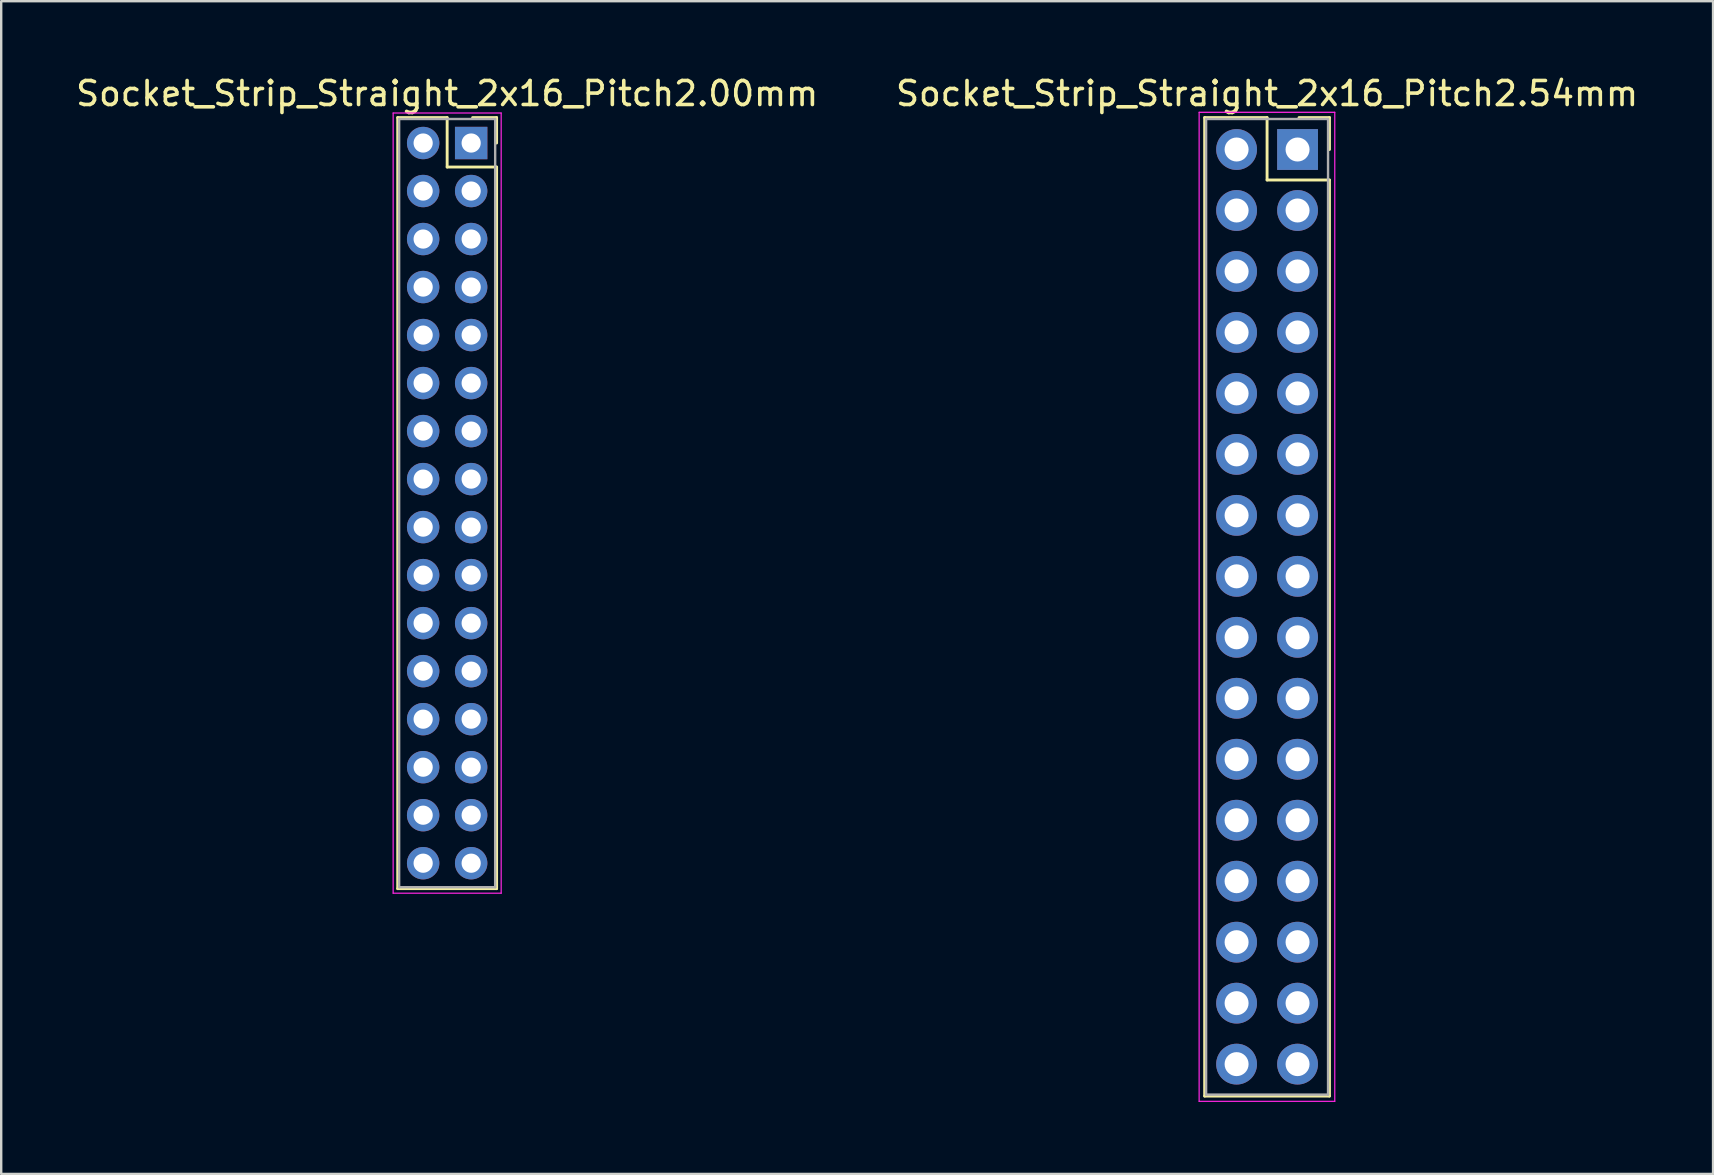
<source format=kicad_pcb>
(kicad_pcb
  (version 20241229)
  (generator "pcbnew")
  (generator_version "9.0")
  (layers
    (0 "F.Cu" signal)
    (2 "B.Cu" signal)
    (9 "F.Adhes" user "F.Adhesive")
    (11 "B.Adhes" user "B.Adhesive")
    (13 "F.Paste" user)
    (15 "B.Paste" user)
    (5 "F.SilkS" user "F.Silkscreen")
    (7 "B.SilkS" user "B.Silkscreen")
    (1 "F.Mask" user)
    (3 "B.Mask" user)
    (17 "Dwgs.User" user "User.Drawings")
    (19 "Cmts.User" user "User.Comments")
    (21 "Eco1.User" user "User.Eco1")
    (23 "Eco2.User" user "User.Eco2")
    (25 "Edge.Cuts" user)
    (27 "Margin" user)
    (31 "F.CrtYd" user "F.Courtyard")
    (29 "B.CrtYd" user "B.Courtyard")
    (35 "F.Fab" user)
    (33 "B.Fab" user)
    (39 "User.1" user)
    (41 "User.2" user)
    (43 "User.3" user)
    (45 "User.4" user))
  (footprint "Socket_Strip_Straight_2x16_Pitch2.00mm"
    (layer "F.Cu")
    (at 16.577 2.908)
    (property "Reference" "Socket_Strip_Straight_2x16_Pitch2.00mm" (at -1 -2.06 0) (layer "F.SilkS") (effects (font (size 1 1) (thickness 0.15))))
    (attr through_hole)
    (fp_line (start -3.06 -1.06) (end -1 -1.06) (stroke (width 0.12) (type solid)) (layer "F.SilkS"))
    (fp_line (start -3.06 31.06) (end -3.06 -1.06) (stroke (width 0.12) (type solid)) (layer "F.SilkS"))
    (fp_line (start -1 -1.06) (end -1 1) (stroke (width 0.12) (type solid)) (layer "F.SilkS"))
    (fp_line (start -1 1) (end 1.06 1) (stroke (width 0.12) (type solid)) (layer "F.SilkS"))
    (fp_line (start 1.06 -1.06) (end 0.06 -1.06) (stroke (width 0.12) (type solid)) (layer "F.SilkS"))
    (fp_line (start 1.06 0) (end 1.06 -1.06) (stroke (width 0.12) (type solid)) (layer "F.SilkS"))
    (fp_line (start 1.06 1) (end 1.06 31.06) (stroke (width 0.12) (type solid)) (layer "F.SilkS"))
    (fp_line (start 1.06 31.06) (end -3.06 31.06) (stroke (width 0.12) (type solid)) (layer "F.SilkS"))
    (fp_line (start -3.25 -1.25) (end -3.25 31.25) (stroke (width 0.05) (type solid)) (layer "F.CrtYd"))
    (fp_line (start -3.25 31.25) (end 1.25 31.25) (stroke (width 0.05) (type solid)) (layer "F.CrtYd"))
    (fp_line (start 1.25 -1.25) (end -3.25 -1.25) (stroke (width 0.05) (type solid)) (layer "F.CrtYd"))
    (fp_line (start 1.25 31.25) (end 1.25 -1.25) (stroke (width 0.05) (type solid)) (layer "F.CrtYd"))
    (fp_line (start -3 -1) (end -3 31) (stroke (width 0.1) (type solid)) (layer "F.Fab"))
    (fp_line (start -3 31) (end 1 31) (stroke (width 0.1) (type solid)) (layer "F.Fab"))
    (fp_line (start 1 -1) (end -3 -1) (stroke (width 0.1) (type solid)) (layer "F.Fab"))
    (fp_line (start 1 31) (end 1 -1) (stroke (width 0.1) (type solid)) (layer "F.Fab"))
    (pad "1" thru_hole rect (at 0 0) (size 1.35 1.35) (drill 0.8) (layers "*.Cu" "*.Mask"))
    (pad "2" thru_hole oval (at -2 0) (size 1.35 1.35) (drill 0.8) (layers "*.Cu" "*.Mask"))
    (pad "3" thru_hole oval (at 0 2) (size 1.35 1.35) (drill 0.8) (layers "*.Cu" "*.Mask"))
    (pad "4" thru_hole oval (at -2 2) (size 1.35 1.35) (drill 0.8) (layers "*.Cu" "*.Mask"))
    (pad "5" thru_hole oval (at 0 4) (size 1.35 1.35) (drill 0.8) (layers "*.Cu" "*.Mask"))
    (pad "6" thru_hole oval (at -2 4) (size 1.35 1.35) (drill 0.8) (layers "*.Cu" "*.Mask"))
    (pad "7" thru_hole oval (at 0 6) (size 1.35 1.35) (drill 0.8) (layers "*.Cu" "*.Mask"))
    (pad "8" thru_hole oval (at -2 6) (size 1.35 1.35) (drill 0.8) (layers "*.Cu" "*.Mask"))
    (pad "9" thru_hole oval (at 0 8) (size 1.35 1.35) (drill 0.8) (layers "*.Cu" "*.Mask"))
    (pad "10" thru_hole oval (at -2 8) (size 1.35 1.35) (drill 0.8) (layers "*.Cu" "*.Mask"))
    (pad "11" thru_hole oval (at 0 10) (size 1.35 1.35) (drill 0.8) (layers "*.Cu" "*.Mask"))
    (pad "12" thru_hole oval (at -2 10) (size 1.35 1.35) (drill 0.8) (layers "*.Cu" "*.Mask"))
    (pad "13" thru_hole oval (at 0 12) (size 1.35 1.35) (drill 0.8) (layers "*.Cu" "*.Mask"))
    (pad "14" thru_hole oval (at -2 12) (size 1.35 1.35) (drill 0.8) (layers "*.Cu" "*.Mask"))
    (pad "15" thru_hole oval (at 0 14) (size 1.35 1.35) (drill 0.8) (layers "*.Cu" "*.Mask"))
    (pad "16" thru_hole oval (at -2 14) (size 1.35 1.35) (drill 0.8) (layers "*.Cu" "*.Mask"))
    (pad "17" thru_hole oval (at 0 16) (size 1.35 1.35) (drill 0.8) (layers "*.Cu" "*.Mask"))
    (pad "18" thru_hole oval (at -2 16) (size 1.35 1.35) (drill 0.8) (layers "*.Cu" "*.Mask"))
    (pad "19" thru_hole oval (at 0 18) (size 1.35 1.35) (drill 0.8) (layers "*.Cu" "*.Mask"))
    (pad "20" thru_hole oval (at -2 18) (size 1.35 1.35) (drill 0.8) (layers "*.Cu" "*.Mask"))
    (pad "21" thru_hole oval (at 0 20) (size 1.35 1.35) (drill 0.8) (layers "*.Cu" "*.Mask"))
    (pad "22" thru_hole oval (at -2 20) (size 1.35 1.35) (drill 0.8) (layers "*.Cu" "*.Mask"))
    (pad "23" thru_hole oval (at 0 22) (size 1.35 1.35) (drill 0.8) (layers "*.Cu" "*.Mask"))
    (pad "24" thru_hole oval (at -2 22) (size 1.35 1.35) (drill 0.8) (layers "*.Cu" "*.Mask"))
    (pad "25" thru_hole oval (at 0 24) (size 1.35 1.35) (drill 0.8) (layers "*.Cu" "*.Mask"))
    (pad "26" thru_hole oval (at -2 24) (size 1.35 1.35) (drill 0.8) (layers "*.Cu" "*.Mask"))
    (pad "27" thru_hole oval (at 0 26) (size 1.35 1.35) (drill 0.8) (layers "*.Cu" "*.Mask"))
    (pad "28" thru_hole oval (at -2 26) (size 1.35 1.35) (drill 0.8) (layers "*.Cu" "*.Mask"))
    (pad "29" thru_hole oval (at 0 28) (size 1.35 1.35) (drill 0.8) (layers "*.Cu" "*.Mask"))
    (pad "30" thru_hole oval (at -2 28) (size 1.35 1.35) (drill 0.8) (layers "*.Cu" "*.Mask"))
    (pad "31" thru_hole oval (at 0 30) (size 1.35 1.35) (drill 0.8) (layers "*.Cu" "*.Mask"))
    (pad "32" thru_hole oval (at -2 30) (size 1.35 1.35) (drill 0.8) (layers "*.Cu" "*.Mask")))
  (footprint "Socket_Strip_Straight_2x16_Pitch2.54mm"
    (layer "F.Cu")
    (at 51.002 3.178)
    (property "Reference" "Socket_Strip_Straight_2x16_Pitch2.54mm" (at -1.27 -2.33 0) (layer "F.SilkS") (effects (font (size 1 1) (thickness 0.15))))
    (attr through_hole)
    (fp_line (start -3.87 -1.33) (end -1.27 -1.33) (stroke (width 0.12) (type solid)) (layer "F.SilkS"))
    (fp_line (start -3.87 39.43) (end -3.87 -1.33) (stroke (width 0.12) (type solid)) (layer "F.SilkS"))
    (fp_line (start -1.27 -1.33) (end -1.27 1.27) (stroke (width 0.12) (type solid)) (layer "F.SilkS"))
    (fp_line (start -1.27 1.27) (end 1.33 1.27) (stroke (width 0.12) (type solid)) (layer "F.SilkS"))
    (fp_line (start 1.33 -1.33) (end 0.06 -1.33) (stroke (width 0.12) (type solid)) (layer "F.SilkS"))
    (fp_line (start 1.33 0) (end 1.33 -1.33) (stroke (width 0.12) (type solid)) (layer "F.SilkS"))
    (fp_line (start 1.33 1.27) (end 1.33 39.43) (stroke (width 0.12) (type solid)) (layer "F.SilkS"))
    (fp_line (start 1.33 39.43) (end -3.87 39.43) (stroke (width 0.12) (type solid)) (layer "F.SilkS"))
    (fp_line (start -4.1 -1.55) (end -4.1 39.65) (stroke (width 0.05) (type solid)) (layer "F.CrtYd"))
    (fp_line (start -4.1 39.65) (end 1.55 39.65) (stroke (width 0.05) (type solid)) (layer "F.CrtYd"))
    (fp_line (start 1.55 -1.55) (end -4.1 -1.55) (stroke (width 0.05) (type solid)) (layer "F.CrtYd"))
    (fp_line (start 1.55 39.65) (end 1.55 -1.55) (stroke (width 0.05) (type solid)) (layer "F.CrtYd"))
    (fp_line (start -3.81 -1.27) (end -3.81 39.37) (stroke (width 0.1) (type solid)) (layer "F.Fab"))
    (fp_line (start -3.81 39.37) (end 1.27 39.37) (stroke (width 0.1) (type solid)) (layer "F.Fab"))
    (fp_line (start 1.27 -1.27) (end -3.81 -1.27) (stroke (width 0.1) (type solid)) (layer "F.Fab"))
    (fp_line (start 1.27 39.37) (end 1.27 -1.27) (stroke (width 0.1) (type solid)) (layer "F.Fab"))
    (pad "1" thru_hole rect (at 0 0) (size 1.7 1.7) (drill 1) (layers "*.Cu" "*.Mask"))
    (pad "2" thru_hole oval (at -2.54 0) (size 1.7 1.7) (drill 1) (layers "*.Cu" "*.Mask"))
    (pad "3" thru_hole oval (at 0 2.54) (size 1.7 1.7) (drill 1) (layers "*.Cu" "*.Mask"))
    (pad "4" thru_hole oval (at -2.54 2.54) (size 1.7 1.7) (drill 1) (layers "*.Cu" "*.Mask"))
    (pad "5" thru_hole oval (at 0 5.08) (size 1.7 1.7) (drill 1) (layers "*.Cu" "*.Mask"))
    (pad "6" thru_hole oval (at -2.54 5.08) (size 1.7 1.7) (drill 1) (layers "*.Cu" "*.Mask"))
    (pad "7" thru_hole oval (at 0 7.62) (size 1.7 1.7) (drill 1) (layers "*.Cu" "*.Mask"))
    (pad "8" thru_hole oval (at -2.54 7.62) (size 1.7 1.7) (drill 1) (layers "*.Cu" "*.Mask"))
    (pad "9" thru_hole oval (at 0 10.16) (size 1.7 1.7) (drill 1) (layers "*.Cu" "*.Mask"))
    (pad "10" thru_hole oval (at -2.54 10.16) (size 1.7 1.7) (drill 1) (layers "*.Cu" "*.Mask"))
    (pad "11" thru_hole oval (at 0 12.7) (size 1.7 1.7) (drill 1) (layers "*.Cu" "*.Mask"))
    (pad "12" thru_hole oval (at -2.54 12.7) (size 1.7 1.7) (drill 1) (layers "*.Cu" "*.Mask"))
    (pad "13" thru_hole oval (at 0 15.24) (size 1.7 1.7) (drill 1) (layers "*.Cu" "*.Mask"))
    (pad "14" thru_hole oval (at -2.54 15.24) (size 1.7 1.7) (drill 1) (layers "*.Cu" "*.Mask"))
    (pad "15" thru_hole oval (at 0 17.78) (size 1.7 1.7) (drill 1) (layers "*.Cu" "*.Mask"))
    (pad "16" thru_hole oval (at -2.54 17.78) (size 1.7 1.7) (drill 1) (layers "*.Cu" "*.Mask"))
    (pad "17" thru_hole oval (at 0 20.32) (size 1.7 1.7) (drill 1) (layers "*.Cu" "*.Mask"))
    (pad "18" thru_hole oval (at -2.54 20.32) (size 1.7 1.7) (drill 1) (layers "*.Cu" "*.Mask"))
    (pad "19" thru_hole oval (at 0 22.86) (size 1.7 1.7) (drill 1) (layers "*.Cu" "*.Mask"))
    (pad "20" thru_hole oval (at -2.54 22.86) (size 1.7 1.7) (drill 1) (layers "*.Cu" "*.Mask"))
    (pad "21" thru_hole oval (at 0 25.4) (size 1.7 1.7) (drill 1) (layers "*.Cu" "*.Mask"))
    (pad "22" thru_hole oval (at -2.54 25.4) (size 1.7 1.7) (drill 1) (layers "*.Cu" "*.Mask"))
    (pad "23" thru_hole oval (at 0 27.94) (size 1.7 1.7) (drill 1) (layers "*.Cu" "*.Mask"))
    (pad "24" thru_hole oval (at -2.54 27.94) (size 1.7 1.7) (drill 1) (layers "*.Cu" "*.Mask"))
    (pad "25" thru_hole oval (at 0 30.48) (size 1.7 1.7) (drill 1) (layers "*.Cu" "*.Mask"))
    (pad "26" thru_hole oval (at -2.54 30.48) (size 1.7 1.7) (drill 1) (layers "*.Cu" "*.Mask"))
    (pad "27" thru_hole oval (at 0 33.02) (size 1.7 1.7) (drill 1) (layers "*.Cu" "*.Mask"))
    (pad "28" thru_hole oval (at -2.54 33.02) (size 1.7 1.7) (drill 1) (layers "*.Cu" "*.Mask"))
    (pad "29" thru_hole oval (at 0 35.56) (size 1.7 1.7) (drill 1) (layers "*.Cu" "*.Mask"))
    (pad "30" thru_hole oval (at -2.54 35.56) (size 1.7 1.7) (drill 1) (layers "*.Cu" "*.Mask"))
    (pad "31" thru_hole oval (at 0 38.1) (size 1.7 1.7) (drill 1) (layers "*.Cu" "*.Mask"))
    (pad "32" thru_hole oval (at -2.54 38.1) (size 1.7 1.7) (drill 1) (layers "*.Cu" "*.Mask")))
  (gr_rect
    (start -3 -3)
    (end 68.31 45.853)
    (stroke (width 0.1) (type default))
    (fill no)
    (layer "Edge.Cuts")))
</source>
